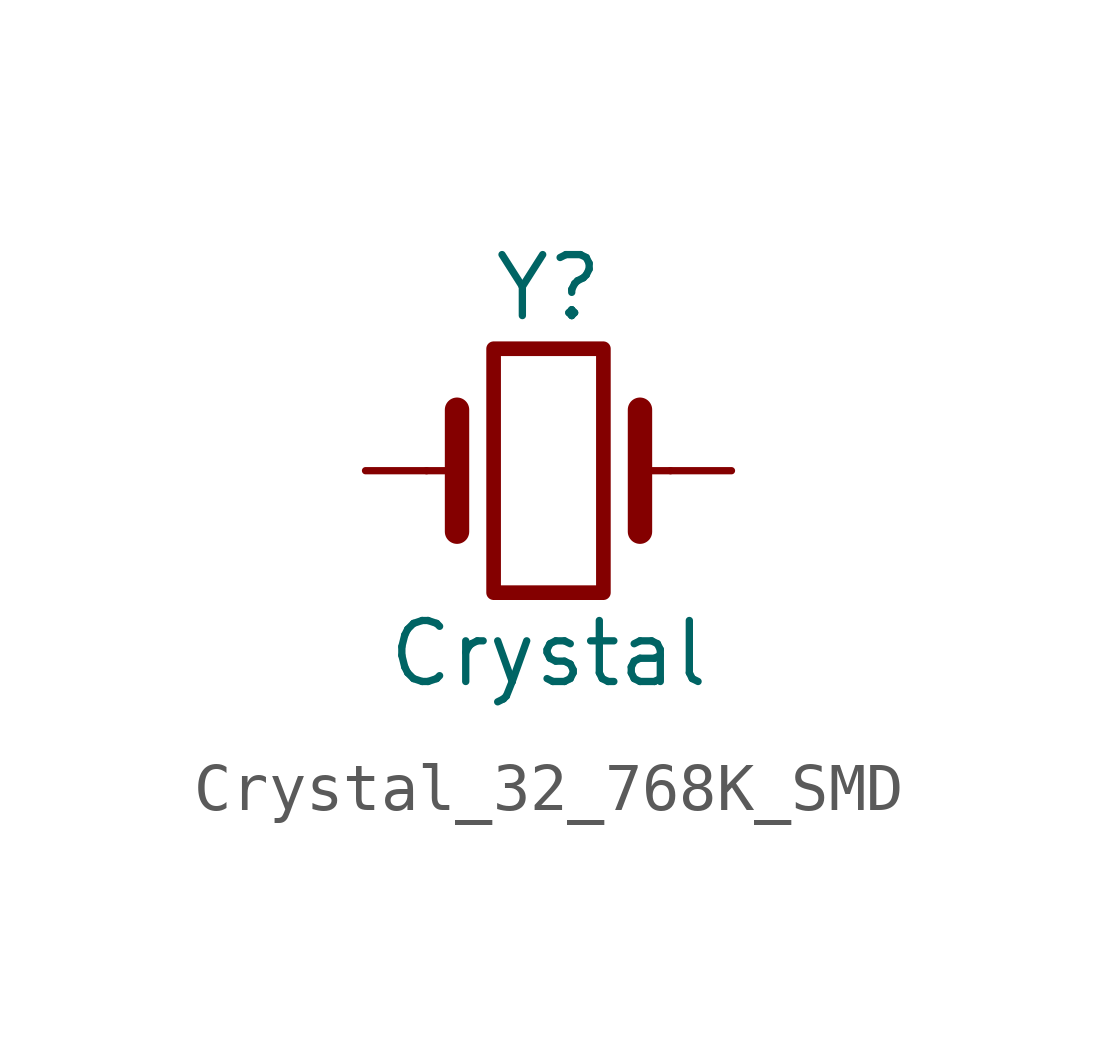
<source format=kicad_sym>
(kicad_symbol_lib
  (version 20231120)
  (generator "kicad_symbol_editor")
  (generator_version "8.0")
  (symbol "Crystal_32_768K_SMD"
    (pin_numbers hide)
    (pin_names
      (offset 1.016) hide)
    (property "Reference" "Y"
      (at 0 3.81 0)
      (effects (font (size 1.27 1.27))))
    (property "Value" "Crystal"
      (at 0 -3.81 0)
      (effects (font (size 1.27 1.27))))
    (symbol "Crystal_32_768K_SMD_0_1"
      (rectangle (start -1.143 2.54) (end 1.143 -2.54) (stroke (width 0.305) (type default)) (fill (type none)))
      (polyline (pts (xy -2.54 0) (xy -1.905 0)) (stroke (width 0) (type default)) (fill (type none)))
      (polyline (pts (xy -1.905 -1.27) (xy -1.905 1.27)) (stroke (width 0.508) (type default)) (fill (type none)))
      (polyline (pts (xy 1.905 -1.27) (xy 1.905 1.27)) (stroke (width 0.508) (type default)) (fill (type none)))
      (polyline (pts (xy 2.54 0) (xy 1.905 0)) (stroke (width 0) (type default)) (fill (type none))))
    (symbol "Crystal_32_768K_SMD_1_1"
      (pin passive line (at -3.81 0 0) (length 1.27) (name "1" (effects (font (size 1.27 1.27)))) (number "1" (effects (font (size 1.27 1.27)))))
      (pin passive line (at 3.81 0 180) (length 1.27) (name "2" (effects (font (size 1.27 1.27)))) (number "2" (effects (font (size 1.27 1.27))))))))
</source>
